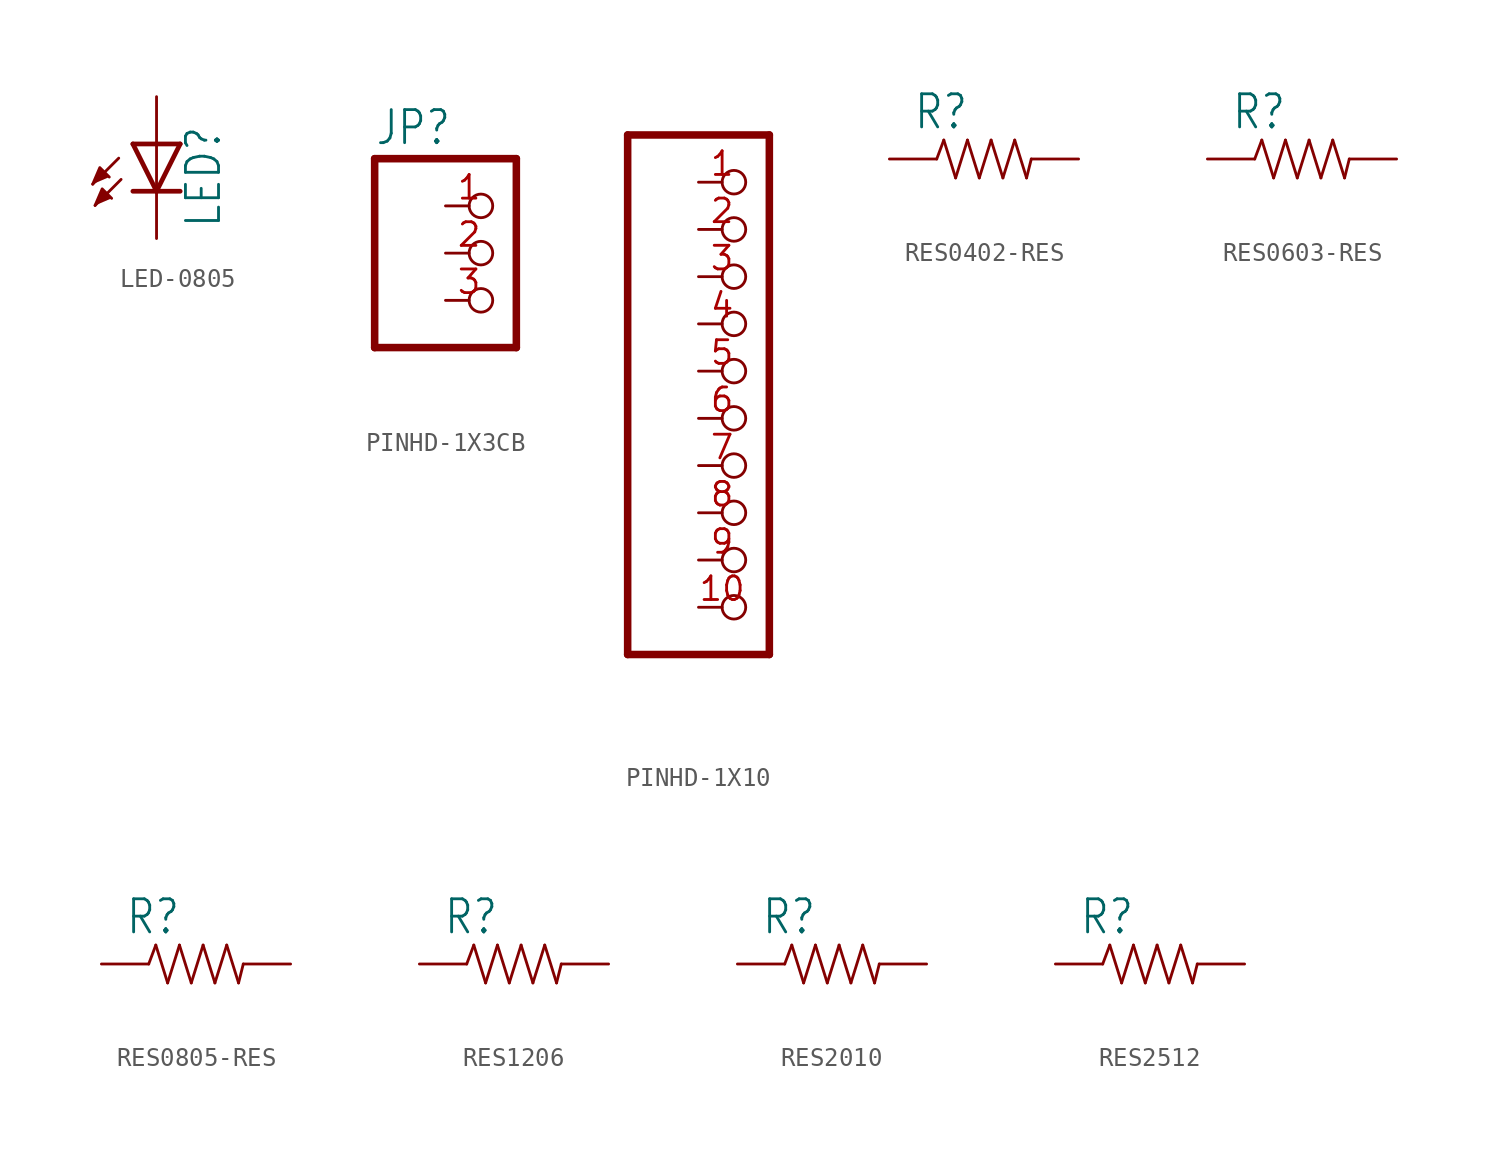
<source format=kicad_sym>
(kicad_symbol_lib
  (version 20220914)
  (generator kicad_symbol_editor)
  (symbol "LED-0805"
    (property "Reference" "LED"
      (at 3.556 -4.572 90)
      (effects (font (size 1.778 1.511)) (justify left bottom)))
    (property "Value" ""
      (at 5.715 -4.572 90)
      (effects (font (size 1.778 1.511)) (justify left bottom)))
    (property "ki_locked" ""
      (at 0 0 0)
      (effects (font (size 1.27 1.27))))
    (symbol "LED-0805_1_0"
      (polyline (pts (xy -2.032 -0.762) (xy -3.429 -2.159)) (stroke (width 0.152) (type solid)) (fill (type none)))
      (polyline (pts (xy -1.905 -1.905) (xy -3.302 -3.302)) (stroke (width 0.152) (type solid)) (fill (type none)))
      (polyline (pts (xy 0 -2.54) (xy -1.27 -2.54)) (stroke (width 0.254) (type solid)) (fill (type none)))
      (polyline (pts (xy 0 -2.54) (xy -1.27 0)) (stroke (width 0.254) (type solid)) (fill (type none)))
      (polyline (pts (xy 0 0) (xy -1.27 0)) (stroke (width 0.254) (type solid)) (fill (type none)))
      (polyline (pts (xy 0 0) (xy 0 -2.54)) (stroke (width 0.152) (type solid)) (fill (type none)))
      (polyline (pts (xy 1.27 -2.54) (xy 0 -2.54)) (stroke (width 0.254) (type solid)) (fill (type none)))
      (polyline (pts (xy 1.27 0) (xy 0 -2.54)) (stroke (width 0.254) (type solid)) (fill (type none)))
      (polyline (pts (xy 1.27 0) (xy 0 0)) (stroke (width 0.254) (type solid)) (fill (type none)))
      (polyline (pts (xy -3.429 -2.159) (xy -3.048 -1.27) (xy -2.54 -1.778)) (stroke (width 0.152) (type solid)) (fill (type outline)))
      (polyline (pts (xy -3.302 -3.302) (xy -2.921 -2.413) (xy -2.413 -2.921)) (stroke (width 0.152) (type solid)) (fill (type outline)))
      (pin passive line (at 0 2.54 270) (length 2.54) (name "A" (effects (font (size 0 0)))) (number "A" (effects (font (size 0 0)))))
      (pin passive line (at 0 -5.08 90) (length 2.54) (name "C" (effects (font (size 0 0)))) (number "C" (effects (font (size 0 0)))))))
  (symbol "PINHD-1X3CB"
    (property "Reference" "JP"
      (at -6.35 5.715 0)
      (effects (font (size 1.778 1.511)) (justify left bottom)))
    (property "Value" ""
      (at -6.35 -7.62 0)
      (effects (font (size 1.778 1.511)) (justify left bottom)))
    (property "ki_locked" ""
      (at 0 0 0)
      (effects (font (size 1.27 1.27))))
    (symbol "PINHD-1X3CB_1_0"
      (polyline (pts (xy -6.35 -5.08) (xy 1.27 -5.08)) (stroke (width 0.406) (type solid)) (fill (type none)))
      (polyline (pts (xy -6.35 5.08) (xy -6.35 -5.08)) (stroke (width 0.406) (type solid)) (fill (type none)))
      (polyline (pts (xy 1.27 -5.08) (xy 1.27 5.08)) (stroke (width 0.406) (type solid)) (fill (type none)))
      (polyline (pts (xy 1.27 5.08) (xy -6.35 5.08)) (stroke (width 0.406) (type solid)) (fill (type none)))
      (pin passive inverted (at -2.54 2.54 0) (length 2.54) (name "1" (effects (font (size 0 0)))) (number "1" (effects (font (size 1.27 1.27)))))
      (pin passive inverted (at -2.54 0 0) (length 2.54) (name "2" (effects (font (size 0 0)))) (number "2" (effects (font (size 1.27 1.27)))))
      (pin passive inverted (at -2.54 -2.54 0) (length 2.54) (name "3" (effects (font (size 0 0)))) (number "3" (effects (font (size 1.27 1.27)))))))
  (symbol "PINHD-1X10"
    (property "Reference" ""
      (at -6.35 13.335 0)
      (effects (font (size 1.778 1.511)) (justify left bottom) hide))
    (property "Value" ""
      (at -6.35 -17.78 0)
      (effects (font (size 1.778 1.511)) (justify left bottom)))
    (property "ki_locked" ""
      (at 0 0 0)
      (effects (font (size 1.27 1.27))))
    (symbol "PINHD-1X10_1_0"
      (polyline (pts (xy -6.35 -15.24) (xy 1.27 -15.24)) (stroke (width 0.406) (type solid)) (fill (type none)))
      (polyline (pts (xy -6.35 12.7) (xy -6.35 -15.24)) (stroke (width 0.406) (type solid)) (fill (type none)))
      (polyline (pts (xy 1.27 -15.24) (xy 1.27 12.7)) (stroke (width 0.406) (type solid)) (fill (type none)))
      (polyline (pts (xy 1.27 12.7) (xy -6.35 12.7)) (stroke (width 0.406) (type solid)) (fill (type none)))
      (pin passive inverted (at -2.54 10.16 0) (length 2.54) (name "1" (effects (font (size 0 0)))) (number "1" (effects (font (size 1.27 1.27)))))
      (pin passive inverted (at -2.54 -12.7 0) (length 2.54) (name "10" (effects (font (size 0 0)))) (number "10" (effects (font (size 1.27 1.27)))))
      (pin passive inverted (at -2.54 7.62 0) (length 2.54) (name "2" (effects (font (size 0 0)))) (number "2" (effects (font (size 1.27 1.27)))))
      (pin passive inverted (at -2.54 5.08 0) (length 2.54) (name "3" (effects (font (size 0 0)))) (number "3" (effects (font (size 1.27 1.27)))))
      (pin passive inverted (at -2.54 2.54 0) (length 2.54) (name "4" (effects (font (size 0 0)))) (number "4" (effects (font (size 1.27 1.27)))))
      (pin passive inverted (at -2.54 0 0) (length 2.54) (name "5" (effects (font (size 0 0)))) (number "5" (effects (font (size 1.27 1.27)))))
      (pin passive inverted (at -2.54 -2.54 0) (length 2.54) (name "6" (effects (font (size 0 0)))) (number "6" (effects (font (size 1.27 1.27)))))
      (pin passive inverted (at -2.54 -5.08 0) (length 2.54) (name "7" (effects (font (size 0 0)))) (number "7" (effects (font (size 1.27 1.27)))))
      (pin passive inverted (at -2.54 -7.62 0) (length 2.54) (name "8" (effects (font (size 0 0)))) (number "8" (effects (font (size 1.27 1.27)))))
      (pin passive inverted (at -2.54 -10.16 0) (length 2.54) (name "9" (effects (font (size 0 0)))) (number "9" (effects (font (size 1.27 1.27)))))))
  (symbol "RES0402-RES"
    (property "Reference" "R"
      (at -3.81 1.499 0)
      (effects (font (size 1.778 1.511)) (justify left bottom)))
    (property "Value" ""
      (at -3.81 -3.302 0)
      (effects (font (size 1.778 1.511)) (justify left bottom)))
    (property "ki_locked" ""
      (at 0 0 0)
      (effects (font (size 1.27 1.27))))
    (symbol "RES0402-RES_1_0"
      (polyline (pts (xy -2.54 0) (xy -2.159 1.016)) (stroke (width 0.152) (type solid)) (fill (type none)))
      (polyline (pts (xy -2.159 1.016) (xy -1.524 -1.016)) (stroke (width 0.152) (type solid)) (fill (type none)))
      (polyline (pts (xy -1.524 -1.016) (xy -0.889 1.016)) (stroke (width 0.152) (type solid)) (fill (type none)))
      (polyline (pts (xy -0.889 1.016) (xy -0.254 -1.016)) (stroke (width 0.152) (type solid)) (fill (type none)))
      (polyline (pts (xy -0.254 -1.016) (xy 0.381 1.016)) (stroke (width 0.152) (type solid)) (fill (type none)))
      (polyline (pts (xy 0.381 1.016) (xy 1.016 -1.016)) (stroke (width 0.152) (type solid)) (fill (type none)))
      (polyline (pts (xy 1.016 -1.016) (xy 1.651 1.016)) (stroke (width 0.152) (type solid)) (fill (type none)))
      (polyline (pts (xy 1.651 1.016) (xy 2.286 -1.016)) (stroke (width 0.152) (type solid)) (fill (type none)))
      (polyline (pts (xy 2.286 -1.016) (xy 2.54 0)) (stroke (width 0.152) (type solid)) (fill (type none)))
      (pin passive line (at -5.08 0 0) (length 2.54) (name "1" (effects (font (size 0 0)))) (number "1" (effects (font (size 0 0)))))
      (pin passive line (at 5.08 0 180) (length 2.54) (name "2" (effects (font (size 0 0)))) (number "2" (effects (font (size 0 0)))))))
  (symbol "RES0603-RES"
    (property "Reference" "R"
      (at -3.81 1.499 0)
      (effects (font (size 1.778 1.511)) (justify left bottom)))
    (property "Value" ""
      (at -3.81 -3.302 0)
      (effects (font (size 1.778 1.511)) (justify left bottom)))
    (property "ki_locked" ""
      (at 0 0 0)
      (effects (font (size 1.27 1.27))))
    (symbol "RES0603-RES_1_0"
      (polyline (pts (xy -2.54 0) (xy -2.159 1.016)) (stroke (width 0.152) (type solid)) (fill (type none)))
      (polyline (pts (xy -2.159 1.016) (xy -1.524 -1.016)) (stroke (width 0.152) (type solid)) (fill (type none)))
      (polyline (pts (xy -1.524 -1.016) (xy -0.889 1.016)) (stroke (width 0.152) (type solid)) (fill (type none)))
      (polyline (pts (xy -0.889 1.016) (xy -0.254 -1.016)) (stroke (width 0.152) (type solid)) (fill (type none)))
      (polyline (pts (xy -0.254 -1.016) (xy 0.381 1.016)) (stroke (width 0.152) (type solid)) (fill (type none)))
      (polyline (pts (xy 0.381 1.016) (xy 1.016 -1.016)) (stroke (width 0.152) (type solid)) (fill (type none)))
      (polyline (pts (xy 1.016 -1.016) (xy 1.651 1.016)) (stroke (width 0.152) (type solid)) (fill (type none)))
      (polyline (pts (xy 1.651 1.016) (xy 2.286 -1.016)) (stroke (width 0.152) (type solid)) (fill (type none)))
      (polyline (pts (xy 2.286 -1.016) (xy 2.54 0)) (stroke (width 0.152) (type solid)) (fill (type none)))
      (pin passive line (at -5.08 0 0) (length 2.54) (name "1" (effects (font (size 0 0)))) (number "1" (effects (font (size 0 0)))))
      (pin passive line (at 5.08 0 180) (length 2.54) (name "2" (effects (font (size 0 0)))) (number "2" (effects (font (size 0 0)))))))
  (symbol "RES0805-RES"
    (property "Reference" "R"
      (at -3.81 1.499 0)
      (effects (font (size 1.778 1.511)) (justify left bottom)))
    (property "Value" ""
      (at -3.81 -3.302 0)
      (effects (font (size 1.778 1.511)) (justify left bottom)))
    (property "ki_locked" ""
      (at 0 0 0)
      (effects (font (size 1.27 1.27))))
    (symbol "RES0805-RES_1_0"
      (polyline (pts (xy -2.54 0) (xy -2.159 1.016)) (stroke (width 0.152) (type solid)) (fill (type none)))
      (polyline (pts (xy -2.159 1.016) (xy -1.524 -1.016)) (stroke (width 0.152) (type solid)) (fill (type none)))
      (polyline (pts (xy -1.524 -1.016) (xy -0.889 1.016)) (stroke (width 0.152) (type solid)) (fill (type none)))
      (polyline (pts (xy -0.889 1.016) (xy -0.254 -1.016)) (stroke (width 0.152) (type solid)) (fill (type none)))
      (polyline (pts (xy -0.254 -1.016) (xy 0.381 1.016)) (stroke (width 0.152) (type solid)) (fill (type none)))
      (polyline (pts (xy 0.381 1.016) (xy 1.016 -1.016)) (stroke (width 0.152) (type solid)) (fill (type none)))
      (polyline (pts (xy 1.016 -1.016) (xy 1.651 1.016)) (stroke (width 0.152) (type solid)) (fill (type none)))
      (polyline (pts (xy 1.651 1.016) (xy 2.286 -1.016)) (stroke (width 0.152) (type solid)) (fill (type none)))
      (polyline (pts (xy 2.286 -1.016) (xy 2.54 0)) (stroke (width 0.152) (type solid)) (fill (type none)))
      (pin passive line (at -5.08 0 0) (length 2.54) (name "1" (effects (font (size 0 0)))) (number "1" (effects (font (size 0 0)))))
      (pin passive line (at 5.08 0 180) (length 2.54) (name "2" (effects (font (size 0 0)))) (number "2" (effects (font (size 0 0)))))))
  (symbol "RES1206"
    (property "Reference" "R"
      (at -3.81 1.499 0)
      (effects (font (size 1.778 1.511)) (justify left bottom)))
    (property "Value" ""
      (at -3.81 -3.302 0)
      (effects (font (size 1.778 1.511)) (justify left bottom)))
    (property "ki_locked" ""
      (at 0 0 0)
      (effects (font (size 1.27 1.27))))
    (symbol "RES1206_1_0"
      (polyline (pts (xy -2.54 0) (xy -2.159 1.016)) (stroke (width 0.152) (type solid)) (fill (type none)))
      (polyline (pts (xy -2.159 1.016) (xy -1.524 -1.016)) (stroke (width 0.152) (type solid)) (fill (type none)))
      (polyline (pts (xy -1.524 -1.016) (xy -0.889 1.016)) (stroke (width 0.152) (type solid)) (fill (type none)))
      (polyline (pts (xy -0.889 1.016) (xy -0.254 -1.016)) (stroke (width 0.152) (type solid)) (fill (type none)))
      (polyline (pts (xy -0.254 -1.016) (xy 0.381 1.016)) (stroke (width 0.152) (type solid)) (fill (type none)))
      (polyline (pts (xy 0.381 1.016) (xy 1.016 -1.016)) (stroke (width 0.152) (type solid)) (fill (type none)))
      (polyline (pts (xy 1.016 -1.016) (xy 1.651 1.016)) (stroke (width 0.152) (type solid)) (fill (type none)))
      (polyline (pts (xy 1.651 1.016) (xy 2.286 -1.016)) (stroke (width 0.152) (type solid)) (fill (type none)))
      (polyline (pts (xy 2.286 -1.016) (xy 2.54 0)) (stroke (width 0.152) (type solid)) (fill (type none)))
      (pin passive line (at -5.08 0 0) (length 2.54) (name "1" (effects (font (size 0 0)))) (number "1" (effects (font (size 0 0)))))
      (pin passive line (at 5.08 0 180) (length 2.54) (name "2" (effects (font (size 0 0)))) (number "2" (effects (font (size 0 0)))))))
  (symbol "RES2010"
    (property "Reference" "R"
      (at -3.81 1.499 0)
      (effects (font (size 1.778 1.511)) (justify left bottom)))
    (property "Value" ""
      (at -3.81 -3.302 0)
      (effects (font (size 1.778 1.511)) (justify left bottom)))
    (property "ki_locked" ""
      (at 0 0 0)
      (effects (font (size 1.27 1.27))))
    (symbol "RES2010_1_0"
      (polyline (pts (xy -2.54 0) (xy -2.159 1.016)) (stroke (width 0.152) (type solid)) (fill (type none)))
      (polyline (pts (xy -2.159 1.016) (xy -1.524 -1.016)) (stroke (width 0.152) (type solid)) (fill (type none)))
      (polyline (pts (xy -1.524 -1.016) (xy -0.889 1.016)) (stroke (width 0.152) (type solid)) (fill (type none)))
      (polyline (pts (xy -0.889 1.016) (xy -0.254 -1.016)) (stroke (width 0.152) (type solid)) (fill (type none)))
      (polyline (pts (xy -0.254 -1.016) (xy 0.381 1.016)) (stroke (width 0.152) (type solid)) (fill (type none)))
      (polyline (pts (xy 0.381 1.016) (xy 1.016 -1.016)) (stroke (width 0.152) (type solid)) (fill (type none)))
      (polyline (pts (xy 1.016 -1.016) (xy 1.651 1.016)) (stroke (width 0.152) (type solid)) (fill (type none)))
      (polyline (pts (xy 1.651 1.016) (xy 2.286 -1.016)) (stroke (width 0.152) (type solid)) (fill (type none)))
      (polyline (pts (xy 2.286 -1.016) (xy 2.54 0)) (stroke (width 0.152) (type solid)) (fill (type none)))
      (pin passive line (at -5.08 0 0) (length 2.54) (name "1" (effects (font (size 0 0)))) (number "1" (effects (font (size 0 0)))))
      (pin passive line (at 5.08 0 180) (length 2.54) (name "2" (effects (font (size 0 0)))) (number "2" (effects (font (size 0 0)))))))
  (symbol "RES2512"
    (property "Reference" "R"
      (at -3.81 1.499 0)
      (effects (font (size 1.778 1.511)) (justify left bottom)))
    (property "Value" ""
      (at -3.81 -3.302 0)
      (effects (font (size 1.778 1.511)) (justify left bottom)))
    (property "ki_locked" ""
      (at 0 0 0)
      (effects (font (size 1.27 1.27))))
    (symbol "RES2512_1_0"
      (polyline (pts (xy -2.54 0) (xy -2.159 1.016)) (stroke (width 0.152) (type solid)) (fill (type none)))
      (polyline (pts (xy -2.159 1.016) (xy -1.524 -1.016)) (stroke (width 0.152) (type solid)) (fill (type none)))
      (polyline (pts (xy -1.524 -1.016) (xy -0.889 1.016)) (stroke (width 0.152) (type solid)) (fill (type none)))
      (polyline (pts (xy -0.889 1.016) (xy -0.254 -1.016)) (stroke (width 0.152) (type solid)) (fill (type none)))
      (polyline (pts (xy -0.254 -1.016) (xy 0.381 1.016)) (stroke (width 0.152) (type solid)) (fill (type none)))
      (polyline (pts (xy 0.381 1.016) (xy 1.016 -1.016)) (stroke (width 0.152) (type solid)) (fill (type none)))
      (polyline (pts (xy 1.016 -1.016) (xy 1.651 1.016)) (stroke (width 0.152) (type solid)) (fill (type none)))
      (polyline (pts (xy 1.651 1.016) (xy 2.286 -1.016)) (stroke (width 0.152) (type solid)) (fill (type none)))
      (polyline (pts (xy 2.286 -1.016) (xy 2.54 0)) (stroke (width 0.152) (type solid)) (fill (type none)))
      (pin passive line (at -5.08 0 0) (length 2.54) (name "1" (effects (font (size 0 0)))) (number "1" (effects (font (size 0 0)))))
      (pin passive line (at 5.08 0 180) (length 2.54) (name "2" (effects (font (size 0 0)))) (number "2" (effects (font (size 0 0))))))))
</source>
